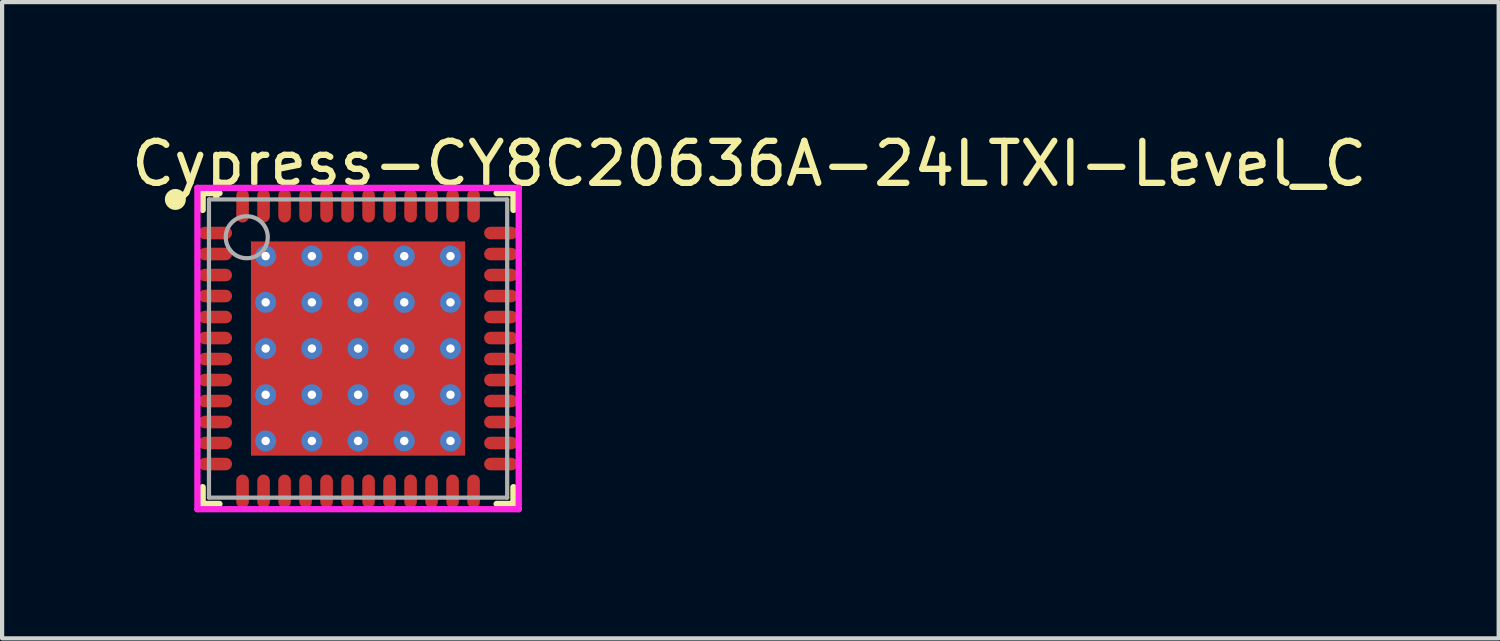
<source format=kicad_pcb>
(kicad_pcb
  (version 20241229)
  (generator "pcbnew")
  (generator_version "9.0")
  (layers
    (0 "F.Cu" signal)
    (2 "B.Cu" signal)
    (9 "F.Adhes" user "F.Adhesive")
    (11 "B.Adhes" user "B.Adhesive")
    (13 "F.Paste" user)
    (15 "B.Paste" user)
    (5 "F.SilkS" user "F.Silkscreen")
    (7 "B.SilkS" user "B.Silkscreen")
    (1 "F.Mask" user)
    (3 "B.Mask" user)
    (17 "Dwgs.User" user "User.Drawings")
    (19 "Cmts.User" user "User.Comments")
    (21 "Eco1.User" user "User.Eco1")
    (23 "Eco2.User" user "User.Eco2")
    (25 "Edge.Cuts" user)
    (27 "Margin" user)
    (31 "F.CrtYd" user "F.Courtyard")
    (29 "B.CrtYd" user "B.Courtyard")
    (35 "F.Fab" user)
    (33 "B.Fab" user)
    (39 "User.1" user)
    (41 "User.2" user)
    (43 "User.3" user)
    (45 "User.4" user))
  (footprint "Cypress-CY8C20636A-24LTXI-Level_C"
    (layer "F.Cu")
    (at 5.475 5.248)
    (property "Reference" "Cypress-CY8C20636A-24LTXI-Level_C" (at -5.475 -4.4 0) (layer "F.SilkS") (effects (font (size 1 1) (thickness 0.15)) (justify left)))
    (attr through_hole)
    (fp_line (start -3.7 -3.7) (end -3.3 -3.7) (stroke (width 0.15) (type solid)) (layer "F.SilkS"))
    (fp_line (start -3.7 -3.3) (end -3.7 -3.7) (stroke (width 0.15) (type solid)) (layer "F.SilkS"))
    (fp_line (start -3.7 3.7) (end -3.7 3.3) (stroke (width 0.15) (type solid)) (layer "F.SilkS"))
    (fp_line (start -3.7 3.7) (end -3.3 3.7) (stroke (width 0.15) (type solid)) (layer "F.SilkS"))
    (fp_line (start 3.3 -3.7) (end 3.7 -3.7) (stroke (width 0.15) (type solid)) (layer "F.SilkS"))
    (fp_line (start 3.3 3.7) (end 3.7 3.7) (stroke (width 0.15) (type solid)) (layer "F.SilkS"))
    (fp_line (start 3.7 -3.3) (end 3.7 -3.7) (stroke (width 0.15) (type solid)) (layer "F.SilkS"))
    (fp_line (start 3.7 3.7) (end 3.7 3.3) (stroke (width 0.15) (type solid)) (layer "F.SilkS"))
    (fp_circle (center -4.35 -3.55) (end -4.225 -3.55) (stroke (width 0.25) (type solid)) (fill no) (layer "F.SilkS"))
    (fp_line (start -3.825 -3.825) (end -3.825 3.825) (stroke (width 0.15) (type solid)) (layer "F.CrtYd"))
    (fp_line (start -3.825 3.825) (end 3.825 3.825) (stroke (width 0.15) (type solid)) (layer "F.CrtYd"))
    (fp_line (start 3.825 -3.825) (end -3.825 -3.825) (stroke (width 0.15) (type solid)) (layer "F.CrtYd"))
    (fp_line (start 3.825 -3.825) (end 3.825 -3.825) (stroke (width 0.15) (type solid)) (layer "F.CrtYd"))
    (fp_line (start 3.825 3.825) (end 3.825 -3.825) (stroke (width 0.15) (type solid)) (layer "F.CrtYd"))
    (fp_line (start -3.55 -3.55) (end 3.55 -3.55) (stroke (width 0.1) (type solid)) (layer "F.Fab"))
    (fp_line (start -3.55 3.55) (end -3.55 -3.55) (stroke (width 0.1) (type solid)) (layer "F.Fab"))
    (fp_line (start -3.55 3.55) (end 3.55 3.55) (stroke (width 0.1) (type solid)) (layer "F.Fab"))
    (fp_line (start 3.55 3.55) (end 3.55 -3.55) (stroke (width 0.1) (type solid)) (layer "F.Fab"))
    (fp_circle (center -2.65 -2.65) (end -2.15 -2.65) (stroke (width 0.1) (type solid)) (fill no) (layer "F.Fab"))
    (pad "1" smd roundrect (at -3.4 -2.75 270) (size 0.3 0.8) (layers "F.Cu" "F.Mask" "F.Paste") (roundrect_rratio 0.5))
    (pad "2" smd roundrect (at -3.4 -2.25 270) (size 0.3 0.8) (layers "F.Cu" "F.Mask" "F.Paste") (roundrect_rratio 0.5))
    (pad "3" smd roundrect (at -3.4 -1.75 270) (size 0.3 0.8) (layers "F.Cu" "F.Mask" "F.Paste") (roundrect_rratio 0.5))
    (pad "4" smd roundrect (at -3.4 -1.25 270) (size 0.3 0.8) (layers "F.Cu" "F.Mask" "F.Paste") (roundrect_rratio 0.5))
    (pad "5" smd roundrect (at -3.4 -0.75 270) (size 0.3 0.8) (layers "F.Cu" "F.Mask" "F.Paste") (roundrect_rratio 0.5))
    (pad "6" smd roundrect (at -3.4 -0.25 270) (size 0.3 0.8) (layers "F.Cu" "F.Mask" "F.Paste") (roundrect_rratio 0.5))
    (pad "7" smd roundrect (at -3.4 0.25 270) (size 0.3 0.8) (layers "F.Cu" "F.Mask" "F.Paste") (roundrect_rratio 0.5))
    (pad "8" smd roundrect (at -3.4 0.75 270) (size 0.3 0.8) (layers "F.Cu" "F.Mask" "F.Paste") (roundrect_rratio 0.5))
    (pad "9" smd roundrect (at -3.4 1.25 270) (size 0.3 0.8) (layers "F.Cu" "F.Mask" "F.Paste") (roundrect_rratio 0.5))
    (pad "10" smd roundrect (at -3.4 1.75 270) (size 0.3 0.8) (layers "F.Cu" "F.Mask" "F.Paste") (roundrect_rratio 0.5))
    (pad "11" smd roundrect (at -3.4 2.25 270) (size 0.3 0.8) (layers "F.Cu" "F.Mask" "F.Paste") (roundrect_rratio 0.5))
    (pad "12" smd roundrect (at -3.4 2.75 270) (size 0.3 0.8) (layers "F.Cu" "F.Mask" "F.Paste") (roundrect_rratio 0.5))
    (pad "13" smd roundrect (at -2.75 3.4) (size 0.3 0.8) (layers "F.Cu" "F.Mask" "F.Paste") (roundrect_rratio 0.5))
    (pad "14" smd roundrect (at -2.25 3.4) (size 0.3 0.8) (layers "F.Cu" "F.Mask" "F.Paste") (roundrect_rratio 0.5))
    (pad "15" smd roundrect (at -1.75 3.4) (size 0.3 0.8) (layers "F.Cu" "F.Mask" "F.Paste") (roundrect_rratio 0.5))
    (pad "16" smd roundrect (at -1.25 3.4) (size 0.3 0.8) (layers "F.Cu" "F.Mask" "F.Paste") (roundrect_rratio 0.5))
    (pad "17" smd roundrect (at -0.75 3.4) (size 0.3 0.8) (layers "F.Cu" "F.Mask" "F.Paste") (roundrect_rratio 0.5))
    (pad "18" smd roundrect (at -0.25 3.4) (size 0.3 0.8) (layers "F.Cu" "F.Mask" "F.Paste") (roundrect_rratio 0.5))
    (pad "19" smd roundrect (at 0.25 3.4) (size 0.3 0.8) (layers "F.Cu" "F.Mask" "F.Paste") (roundrect_rratio 0.5))
    (pad "20" smd roundrect (at 0.75 3.4) (size 0.3 0.8) (layers "F.Cu" "F.Mask" "F.Paste") (roundrect_rratio 0.5))
    (pad "21" smd roundrect (at 1.25 3.4) (size 0.3 0.8) (layers "F.Cu" "F.Mask" "F.Paste") (roundrect_rratio 0.5))
    (pad "22" smd roundrect (at 1.75 3.4) (size 0.3 0.8) (layers "F.Cu" "F.Mask" "F.Paste") (roundrect_rratio 0.5))
    (pad "23" smd roundrect (at 2.25 3.4) (size 0.3 0.8) (layers "F.Cu" "F.Mask" "F.Paste") (roundrect_rratio 0.5))
    (pad "24" smd roundrect (at 2.75 3.4) (size 0.3 0.8) (layers "F.Cu" "F.Mask" "F.Paste") (roundrect_rratio 0.5))
    (pad "25" smd roundrect (at 3.4 2.75 270) (size 0.3 0.8) (layers "F.Cu" "F.Mask" "F.Paste") (roundrect_rratio 0.5))
    (pad "26" smd roundrect (at 3.4 2.25 270) (size 0.3 0.8) (layers "F.Cu" "F.Mask" "F.Paste") (roundrect_rratio 0.5))
    (pad "27" smd roundrect (at 3.4 1.75 270) (size 0.3 0.8) (layers "F.Cu" "F.Mask" "F.Paste") (roundrect_rratio 0.5))
    (pad "28" smd roundrect (at 3.4 1.25 270) (size 0.3 0.8) (layers "F.Cu" "F.Mask" "F.Paste") (roundrect_rratio 0.5))
    (pad "29" smd roundrect (at 3.4 0.75 270) (size 0.3 0.8) (layers "F.Cu" "F.Mask" "F.Paste") (roundrect_rratio 0.5))
    (pad "30" smd roundrect (at 3.4 0.25 270) (size 0.3 0.8) (layers "F.Cu" "F.Mask" "F.Paste") (roundrect_rratio 0.5))
    (pad "31" smd roundrect (at 3.4 -0.25 270) (size 0.3 0.8) (layers "F.Cu" "F.Mask" "F.Paste") (roundrect_rratio 0.5))
    (pad "32" smd roundrect (at 3.4 -0.75 270) (size 0.3 0.8) (layers "F.Cu" "F.Mask" "F.Paste") (roundrect_rratio 0.5))
    (pad "33" smd roundrect (at 3.4 -1.25 270) (size 0.3 0.8) (layers "F.Cu" "F.Mask" "F.Paste") (roundrect_rratio 0.5))
    (pad "34" smd roundrect (at 3.4 -1.75 270) (size 0.3 0.8) (layers "F.Cu" "F.Mask" "F.Paste") (roundrect_rratio 0.5))
    (pad "35" smd roundrect (at 3.4 -2.25 270) (size 0.3 0.8) (layers "F.Cu" "F.Mask" "F.Paste") (roundrect_rratio 0.5))
    (pad "36" smd roundrect (at 3.4 -2.75 270) (size 0.3 0.8) (layers "F.Cu" "F.Mask" "F.Paste") (roundrect_rratio 0.5))
    (pad "37" smd roundrect (at 2.75 -3.4) (size 0.3 0.8) (layers "F.Cu" "F.Mask" "F.Paste") (roundrect_rratio 0.5))
    (pad "38" smd roundrect (at 2.25 -3.4) (size 0.3 0.8) (layers "F.Cu" "F.Mask" "F.Paste") (roundrect_rratio 0.5))
    (pad "39" smd roundrect (at 1.75 -3.4) (size 0.3 0.8) (layers "F.Cu" "F.Mask" "F.Paste") (roundrect_rratio 0.5))
    (pad "40" smd roundrect (at 1.25 -3.4) (size 0.3 0.8) (layers "F.Cu" "F.Mask" "F.Paste") (roundrect_rratio 0.5))
    (pad "41" smd roundrect (at 0.75 -3.4) (size 0.3 0.8) (layers "F.Cu" "F.Mask" "F.Paste") (roundrect_rratio 0.5))
    (pad "42" smd roundrect (at 0.25 -3.4) (size 0.3 0.8) (layers "F.Cu" "F.Mask" "F.Paste") (roundrect_rratio 0.5))
    (pad "43" smd roundrect (at -0.25 -3.4) (size 0.3 0.8) (layers "F.Cu" "F.Mask" "F.Paste") (roundrect_rratio 0.5))
    (pad "44" smd roundrect (at -0.75 -3.4) (size 0.3 0.8) (layers "F.Cu" "F.Mask" "F.Paste") (roundrect_rratio 0.5))
    (pad "45" smd roundrect (at -1.25 -3.4) (size 0.3 0.8) (layers "F.Cu" "F.Mask" "F.Paste") (roundrect_rratio 0.5))
    (pad "46" smd roundrect (at -1.75 -3.4) (size 0.3 0.8) (layers "F.Cu" "F.Mask" "F.Paste") (roundrect_rratio 0.5))
    (pad "47" smd roundrect (at -2.25 -3.4) (size 0.3 0.8) (layers "F.Cu" "F.Mask" "F.Paste") (roundrect_rratio 0.5))
    (pad "48" smd roundrect (at -2.75 -3.4) (size 0.3 0.8) (layers "F.Cu" "F.Mask" "F.Paste") (roundrect_rratio 0.5))
    (pad "49" smd rect (at 0 0) (size 5.1 5.1) (layers "F.Cu" "F.Mask" "F.Paste"))
    (pad "~" thru_hole circle (at -2.2 -2.2) (size 0.5 0.5) (drill 0.2) (layers "*.Cu"))
    (pad "~" thru_hole circle (at -2.2 -1.1) (size 0.5 0.5) (drill 0.2) (layers "*.Cu"))
    (pad "~" thru_hole circle (at -2.2 0) (size 0.5 0.5) (drill 0.2) (layers "*.Cu"))
    (pad "~" thru_hole circle (at -2.2 1.1) (size 0.5 0.5) (drill 0.2) (layers "*.Cu"))
    (pad "~" thru_hole circle (at -2.2 2.2) (size 0.5 0.5) (drill 0.2) (layers "*.Cu"))
    (pad "~" thru_hole circle (at -1.1 -2.2) (size 0.5 0.5) (drill 0.2) (layers "*.Cu"))
    (pad "~" thru_hole circle (at -1.1 -1.1) (size 0.5 0.5) (drill 0.2) (layers "*.Cu"))
    (pad "~" thru_hole circle (at -1.1 0) (size 0.5 0.5) (drill 0.2) (layers "*.Cu"))
    (pad "~" thru_hole circle (at -1.1 1.1) (size 0.5 0.5) (drill 0.2) (layers "*.Cu"))
    (pad "~" thru_hole circle (at -1.1 2.2) (size 0.5 0.5) (drill 0.2) (layers "*.Cu"))
    (pad "~" thru_hole circle (at 0 -2.2) (size 0.5 0.5) (drill 0.2) (layers "*.Cu"))
    (pad "~" thru_hole circle (at 0 -1.1) (size 0.5 0.5) (drill 0.2) (layers "*.Cu"))
    (pad "~" thru_hole circle (at 0 0) (size 0.5 0.5) (drill 0.2) (layers "*.Cu"))
    (pad "~" thru_hole circle (at 0 1.1) (size 0.5 0.5) (drill 0.2) (layers "*.Cu"))
    (pad "~" thru_hole circle (at 0 2.2) (size 0.5 0.5) (drill 0.2) (layers "*.Cu"))
    (pad "~" thru_hole circle (at 1.1 -2.2) (size 0.5 0.5) (drill 0.2) (layers "*.Cu"))
    (pad "~" thru_hole circle (at 1.1 -1.1) (size 0.5 0.5) (drill 0.2) (layers "*.Cu"))
    (pad "~" thru_hole circle (at 1.1 0) (size 0.5 0.5) (drill 0.2) (layers "*.Cu"))
    (pad "~" thru_hole circle (at 1.1 1.1) (size 0.5 0.5) (drill 0.2) (layers "*.Cu"))
    (pad "~" thru_hole circle (at 1.1 2.2) (size 0.5 0.5) (drill 0.2) (layers "*.Cu"))
    (pad "~" thru_hole circle (at 2.2 -2.2) (size 0.5 0.5) (drill 0.2) (layers "*.Cu"))
    (pad "~" thru_hole circle (at 2.2 -1.1) (size 0.5 0.5) (drill 0.2) (layers "*.Cu"))
    (pad "~" thru_hole circle (at 2.2 0) (size 0.5 0.5) (drill 0.2) (layers "*.Cu"))
    (pad "~" thru_hole circle (at 2.2 1.1) (size 0.5 0.5) (drill 0.2) (layers "*.Cu"))
    (pad "~" thru_hole circle (at 2.2 2.2) (size 0.5 0.5) (drill 0.2) (layers "*.Cu")))
  (gr_rect
    (start -3 -3)
    (end 32.631 12.148)
    (stroke (width 0.1) (type default))
    (fill no)
    (layer "Edge.Cuts")))
</source>
